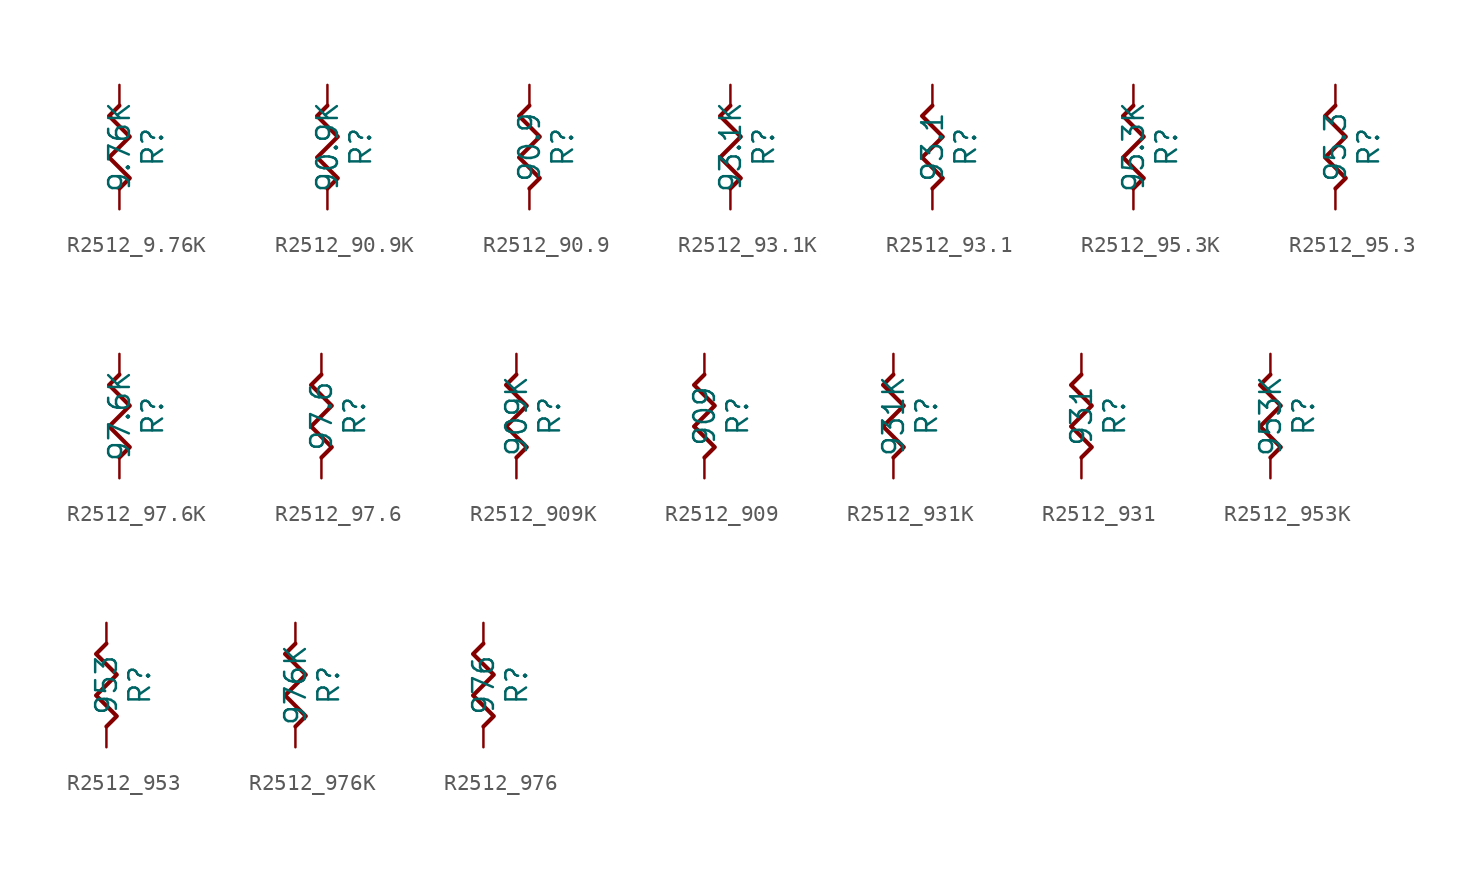
<source format=kicad_sym>
(kicad_symbol_lib
  (version 20211014)
  (generator atlantix-eda)
  (symbol "R2512_9.76K"
    (pin_numbers hide)
    (pin_names
      (offset 0))
    (property "Reference" "R"
      (at 2.032 0 90)
      (effects (font (size 1.27 1.27))))
    (property "Value" "9.76K"
      (at 0 0 90)
      (effects (font (size 1.27 1.27))))
    (symbol "R2512_9.76K_0_1"
      (polyline (pts (xy 0 -2.54) (xy 0.635 -1.905) (xy -0.635 -0.635) (xy 0.635 0.635) (xy -0.635 1.905) (xy 0 2.54)) (stroke (width 0.254) (type default) (color 0 0 0 0)) (fill (type none))))
    (symbol "R2512_9.76K_1_1"
      (pin passive line (at 0 3.81 270) (length 1.27) (name "~" (effects (font (size 1.27 1.27)))) (number "1" (effects (font (size 1.27 1.27)))))
      (pin passive line (at 0 -3.81 90) (length 1.27) (name "~" (effects (font (size 1.27 1.27)))) (number "2" (effects (font (size 1.27 1.27)))))))
  (symbol "R2512_90.9K"
    (pin_numbers hide)
    (pin_names
      (offset 0))
    (property "Reference" "R"
      (at 2.032 0 90)
      (effects (font (size 1.27 1.27))))
    (property "Value" "90.9K"
      (at 0 0 90)
      (effects (font (size 1.27 1.27))))
    (symbol "R2512_90.9K_0_1"
      (polyline (pts (xy 0 -2.54) (xy 0.635 -1.905) (xy -0.635 -0.635) (xy 0.635 0.635) (xy -0.635 1.905) (xy 0 2.54)) (stroke (width 0.254) (type default) (color 0 0 0 0)) (fill (type none))))
    (symbol "R2512_90.9K_1_1"
      (pin passive line (at 0 3.81 270) (length 1.27) (name "~" (effects (font (size 1.27 1.27)))) (number "1" (effects (font (size 1.27 1.27)))))
      (pin passive line (at 0 -3.81 90) (length 1.27) (name "~" (effects (font (size 1.27 1.27)))) (number "2" (effects (font (size 1.27 1.27)))))))
  (symbol "R2512_90.9"
    (pin_numbers hide)
    (pin_names
      (offset 0))
    (property "Reference" "R"
      (at 2.032 0 90)
      (effects (font (size 1.27 1.27))))
    (property "Value" "90.9"
      (at 0 0 90)
      (effects (font (size 1.27 1.27))))
    (symbol "R2512_90.9_0_1"
      (polyline (pts (xy 0 -2.54) (xy 0.635 -1.905) (xy -0.635 -0.635) (xy 0.635 0.635) (xy -0.635 1.905) (xy 0 2.54)) (stroke (width 0.254) (type default) (color 0 0 0 0)) (fill (type none))))
    (symbol "R2512_90.9_1_1"
      (pin passive line (at 0 3.81 270) (length 1.27) (name "~" (effects (font (size 1.27 1.27)))) (number "1" (effects (font (size 1.27 1.27)))))
      (pin passive line (at 0 -3.81 90) (length 1.27) (name "~" (effects (font (size 1.27 1.27)))) (number "2" (effects (font (size 1.27 1.27)))))))
  (symbol "R2512_93.1K"
    (pin_numbers hide)
    (pin_names
      (offset 0))
    (property "Reference" "R"
      (at 2.032 0 90)
      (effects (font (size 1.27 1.27))))
    (property "Value" "93.1K"
      (at 0 0 90)
      (effects (font (size 1.27 1.27))))
    (symbol "R2512_93.1K_0_1"
      (polyline (pts (xy 0 -2.54) (xy 0.635 -1.905) (xy -0.635 -0.635) (xy 0.635 0.635) (xy -0.635 1.905) (xy 0 2.54)) (stroke (width 0.254) (type default) (color 0 0 0 0)) (fill (type none))))
    (symbol "R2512_93.1K_1_1"
      (pin passive line (at 0 3.81 270) (length 1.27) (name "~" (effects (font (size 1.27 1.27)))) (number "1" (effects (font (size 1.27 1.27)))))
      (pin passive line (at 0 -3.81 90) (length 1.27) (name "~" (effects (font (size 1.27 1.27)))) (number "2" (effects (font (size 1.27 1.27)))))))
  (symbol "R2512_93.1"
    (pin_numbers hide)
    (pin_names
      (offset 0))
    (property "Reference" "R"
      (at 2.032 0 90)
      (effects (font (size 1.27 1.27))))
    (property "Value" "93.1"
      (at 0 0 90)
      (effects (font (size 1.27 1.27))))
    (symbol "R2512_93.1_0_1"
      (polyline (pts (xy 0 -2.54) (xy 0.635 -1.905) (xy -0.635 -0.635) (xy 0.635 0.635) (xy -0.635 1.905) (xy 0 2.54)) (stroke (width 0.254) (type default) (color 0 0 0 0)) (fill (type none))))
    (symbol "R2512_93.1_1_1"
      (pin passive line (at 0 3.81 270) (length 1.27) (name "~" (effects (font (size 1.27 1.27)))) (number "1" (effects (font (size 1.27 1.27)))))
      (pin passive line (at 0 -3.81 90) (length 1.27) (name "~" (effects (font (size 1.27 1.27)))) (number "2" (effects (font (size 1.27 1.27)))))))
  (symbol "R2512_95.3K"
    (pin_numbers hide)
    (pin_names
      (offset 0))
    (property "Reference" "R"
      (at 2.032 0 90)
      (effects (font (size 1.27 1.27))))
    (property "Value" "95.3K"
      (at 0 0 90)
      (effects (font (size 1.27 1.27))))
    (symbol "R2512_95.3K_0_1"
      (polyline (pts (xy 0 -2.54) (xy 0.635 -1.905) (xy -0.635 -0.635) (xy 0.635 0.635) (xy -0.635 1.905) (xy 0 2.54)) (stroke (width 0.254) (type default) (color 0 0 0 0)) (fill (type none))))
    (symbol "R2512_95.3K_1_1"
      (pin passive line (at 0 3.81 270) (length 1.27) (name "~" (effects (font (size 1.27 1.27)))) (number "1" (effects (font (size 1.27 1.27)))))
      (pin passive line (at 0 -3.81 90) (length 1.27) (name "~" (effects (font (size 1.27 1.27)))) (number "2" (effects (font (size 1.27 1.27)))))))
  (symbol "R2512_95.3"
    (pin_numbers hide)
    (pin_names
      (offset 0))
    (property "Reference" "R"
      (at 2.032 0 90)
      (effects (font (size 1.27 1.27))))
    (property "Value" "95.3"
      (at 0 0 90)
      (effects (font (size 1.27 1.27))))
    (symbol "R2512_95.3_0_1"
      (polyline (pts (xy 0 -2.54) (xy 0.635 -1.905) (xy -0.635 -0.635) (xy 0.635 0.635) (xy -0.635 1.905) (xy 0 2.54)) (stroke (width 0.254) (type default) (color 0 0 0 0)) (fill (type none))))
    (symbol "R2512_95.3_1_1"
      (pin passive line (at 0 3.81 270) (length 1.27) (name "~" (effects (font (size 1.27 1.27)))) (number "1" (effects (font (size 1.27 1.27)))))
      (pin passive line (at 0 -3.81 90) (length 1.27) (name "~" (effects (font (size 1.27 1.27)))) (number "2" (effects (font (size 1.27 1.27)))))))
  (symbol "R2512_97.6K"
    (pin_numbers hide)
    (pin_names
      (offset 0))
    (property "Reference" "R"
      (at 2.032 0 90)
      (effects (font (size 1.27 1.27))))
    (property "Value" "97.6K"
      (at 0 0 90)
      (effects (font (size 1.27 1.27))))
    (symbol "R2512_97.6K_0_1"
      (polyline (pts (xy 0 -2.54) (xy 0.635 -1.905) (xy -0.635 -0.635) (xy 0.635 0.635) (xy -0.635 1.905) (xy 0 2.54)) (stroke (width 0.254) (type default) (color 0 0 0 0)) (fill (type none))))
    (symbol "R2512_97.6K_1_1"
      (pin passive line (at 0 3.81 270) (length 1.27) (name "~" (effects (font (size 1.27 1.27)))) (number "1" (effects (font (size 1.27 1.27)))))
      (pin passive line (at 0 -3.81 90) (length 1.27) (name "~" (effects (font (size 1.27 1.27)))) (number "2" (effects (font (size 1.27 1.27)))))))
  (symbol "R2512_97.6"
    (pin_numbers hide)
    (pin_names
      (offset 0))
    (property "Reference" "R"
      (at 2.032 0 90)
      (effects (font (size 1.27 1.27))))
    (property "Value" "97.6"
      (at 0 0 90)
      (effects (font (size 1.27 1.27))))
    (symbol "R2512_97.6_0_1"
      (polyline (pts (xy 0 -2.54) (xy 0.635 -1.905) (xy -0.635 -0.635) (xy 0.635 0.635) (xy -0.635 1.905) (xy 0 2.54)) (stroke (width 0.254) (type default) (color 0 0 0 0)) (fill (type none))))
    (symbol "R2512_97.6_1_1"
      (pin passive line (at 0 3.81 270) (length 1.27) (name "~" (effects (font (size 1.27 1.27)))) (number "1" (effects (font (size 1.27 1.27)))))
      (pin passive line (at 0 -3.81 90) (length 1.27) (name "~" (effects (font (size 1.27 1.27)))) (number "2" (effects (font (size 1.27 1.27)))))))
  (symbol "R2512_909K"
    (pin_numbers hide)
    (pin_names
      (offset 0))
    (property "Reference" "R"
      (at 2.032 0 90)
      (effects (font (size 1.27 1.27))))
    (property "Value" "909K"
      (at 0 0 90)
      (effects (font (size 1.27 1.27))))
    (symbol "R2512_909K_0_1"
      (polyline (pts (xy 0 -2.54) (xy 0.635 -1.905) (xy -0.635 -0.635) (xy 0.635 0.635) (xy -0.635 1.905) (xy 0 2.54)) (stroke (width 0.254) (type default) (color 0 0 0 0)) (fill (type none))))
    (symbol "R2512_909K_1_1"
      (pin passive line (at 0 3.81 270) (length 1.27) (name "~" (effects (font (size 1.27 1.27)))) (number "1" (effects (font (size 1.27 1.27)))))
      (pin passive line (at 0 -3.81 90) (length 1.27) (name "~" (effects (font (size 1.27 1.27)))) (number "2" (effects (font (size 1.27 1.27)))))))
  (symbol "R2512_909"
    (pin_numbers hide)
    (pin_names
      (offset 0))
    (property "Reference" "R"
      (at 2.032 0 90)
      (effects (font (size 1.27 1.27))))
    (property "Value" "909"
      (at 0 0 90)
      (effects (font (size 1.27 1.27))))
    (symbol "R2512_909_0_1"
      (polyline (pts (xy 0 -2.54) (xy 0.635 -1.905) (xy -0.635 -0.635) (xy 0.635 0.635) (xy -0.635 1.905) (xy 0 2.54)) (stroke (width 0.254) (type default) (color 0 0 0 0)) (fill (type none))))
    (symbol "R2512_909_1_1"
      (pin passive line (at 0 3.81 270) (length 1.27) (name "~" (effects (font (size 1.27 1.27)))) (number "1" (effects (font (size 1.27 1.27)))))
      (pin passive line (at 0 -3.81 90) (length 1.27) (name "~" (effects (font (size 1.27 1.27)))) (number "2" (effects (font (size 1.27 1.27)))))))
  (symbol "R2512_931K"
    (pin_numbers hide)
    (pin_names
      (offset 0))
    (property "Reference" "R"
      (at 2.032 0 90)
      (effects (font (size 1.27 1.27))))
    (property "Value" "931K"
      (at 0 0 90)
      (effects (font (size 1.27 1.27))))
    (symbol "R2512_931K_0_1"
      (polyline (pts (xy 0 -2.54) (xy 0.635 -1.905) (xy -0.635 -0.635) (xy 0.635 0.635) (xy -0.635 1.905) (xy 0 2.54)) (stroke (width 0.254) (type default) (color 0 0 0 0)) (fill (type none))))
    (symbol "R2512_931K_1_1"
      (pin passive line (at 0 3.81 270) (length 1.27) (name "~" (effects (font (size 1.27 1.27)))) (number "1" (effects (font (size 1.27 1.27)))))
      (pin passive line (at 0 -3.81 90) (length 1.27) (name "~" (effects (font (size 1.27 1.27)))) (number "2" (effects (font (size 1.27 1.27)))))))
  (symbol "R2512_931"
    (pin_numbers hide)
    (pin_names
      (offset 0))
    (property "Reference" "R"
      (at 2.032 0 90)
      (effects (font (size 1.27 1.27))))
    (property "Value" "931"
      (at 0 0 90)
      (effects (font (size 1.27 1.27))))
    (symbol "R2512_931_0_1"
      (polyline (pts (xy 0 -2.54) (xy 0.635 -1.905) (xy -0.635 -0.635) (xy 0.635 0.635) (xy -0.635 1.905) (xy 0 2.54)) (stroke (width 0.254) (type default) (color 0 0 0 0)) (fill (type none))))
    (symbol "R2512_931_1_1"
      (pin passive line (at 0 3.81 270) (length 1.27) (name "~" (effects (font (size 1.27 1.27)))) (number "1" (effects (font (size 1.27 1.27)))))
      (pin passive line (at 0 -3.81 90) (length 1.27) (name "~" (effects (font (size 1.27 1.27)))) (number "2" (effects (font (size 1.27 1.27)))))))
  (symbol "R2512_953K"
    (pin_numbers hide)
    (pin_names
      (offset 0))
    (property "Reference" "R"
      (at 2.032 0 90)
      (effects (font (size 1.27 1.27))))
    (property "Value" "953K"
      (at 0 0 90)
      (effects (font (size 1.27 1.27))))
    (symbol "R2512_953K_0_1"
      (polyline (pts (xy 0 -2.54) (xy 0.635 -1.905) (xy -0.635 -0.635) (xy 0.635 0.635) (xy -0.635 1.905) (xy 0 2.54)) (stroke (width 0.254) (type default) (color 0 0 0 0)) (fill (type none))))
    (symbol "R2512_953K_1_1"
      (pin passive line (at 0 3.81 270) (length 1.27) (name "~" (effects (font (size 1.27 1.27)))) (number "1" (effects (font (size 1.27 1.27)))))
      (pin passive line (at 0 -3.81 90) (length 1.27) (name "~" (effects (font (size 1.27 1.27)))) (number "2" (effects (font (size 1.27 1.27)))))))
  (symbol "R2512_953"
    (pin_numbers hide)
    (pin_names
      (offset 0))
    (property "Reference" "R"
      (at 2.032 0 90)
      (effects (font (size 1.27 1.27))))
    (property "Value" "953"
      (at 0 0 90)
      (effects (font (size 1.27 1.27))))
    (symbol "R2512_953_0_1"
      (polyline (pts (xy 0 -2.54) (xy 0.635 -1.905) (xy -0.635 -0.635) (xy 0.635 0.635) (xy -0.635 1.905) (xy 0 2.54)) (stroke (width 0.254) (type default) (color 0 0 0 0)) (fill (type none))))
    (symbol "R2512_953_1_1"
      (pin passive line (at 0 3.81 270) (length 1.27) (name "~" (effects (font (size 1.27 1.27)))) (number "1" (effects (font (size 1.27 1.27)))))
      (pin passive line (at 0 -3.81 90) (length 1.27) (name "~" (effects (font (size 1.27 1.27)))) (number "2" (effects (font (size 1.27 1.27)))))))
  (symbol "R2512_976K"
    (pin_numbers hide)
    (pin_names
      (offset 0))
    (property "Reference" "R"
      (at 2.032 0 90)
      (effects (font (size 1.27 1.27))))
    (property "Value" "976K"
      (at 0 0 90)
      (effects (font (size 1.27 1.27))))
    (symbol "R2512_976K_0_1"
      (polyline (pts (xy 0 -2.54) (xy 0.635 -1.905) (xy -0.635 -0.635) (xy 0.635 0.635) (xy -0.635 1.905) (xy 0 2.54)) (stroke (width 0.254) (type default) (color 0 0 0 0)) (fill (type none))))
    (symbol "R2512_976K_1_1"
      (pin passive line (at 0 3.81 270) (length 1.27) (name "~" (effects (font (size 1.27 1.27)))) (number "1" (effects (font (size 1.27 1.27)))))
      (pin passive line (at 0 -3.81 90) (length 1.27) (name "~" (effects (font (size 1.27 1.27)))) (number "2" (effects (font (size 1.27 1.27)))))))
  (symbol "R2512_976"
    (pin_numbers hide)
    (pin_names
      (offset 0))
    (property "Reference" "R"
      (at 2.032 0 90)
      (effects (font (size 1.27 1.27))))
    (property "Value" "976"
      (at 0 0 90)
      (effects (font (size 1.27 1.27))))
    (symbol "R2512_976_0_1"
      (polyline (pts (xy 0 -2.54) (xy 0.635 -1.905) (xy -0.635 -0.635) (xy 0.635 0.635) (xy -0.635 1.905) (xy 0 2.54)) (stroke (width 0.254) (type default) (color 0 0 0 0)) (fill (type none))))
    (symbol "R2512_976_1_1"
      (pin passive line (at 0 3.81 270) (length 1.27) (name "~" (effects (font (size 1.27 1.27)))) (number "1" (effects (font (size 1.27 1.27)))))
      (pin passive line (at 0 -3.81 90) (length 1.27) (name "~" (effects (font (size 1.27 1.27)))) (number "2" (effects (font (size 1.27 1.27))))))))
</source>
